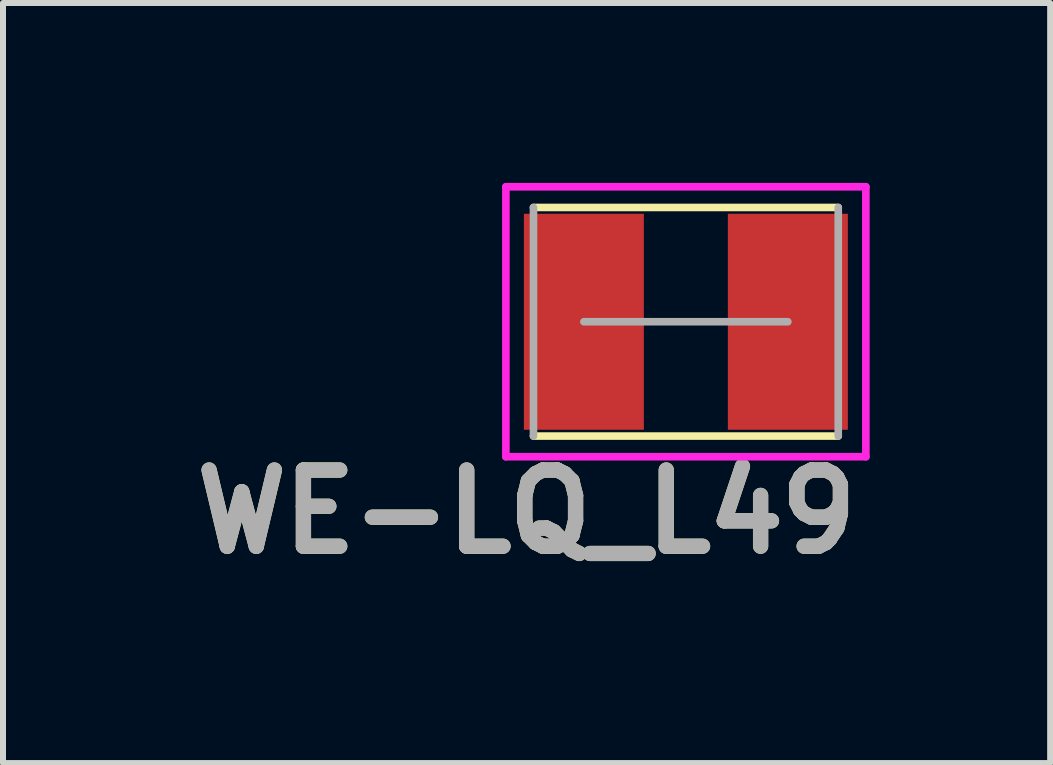
<source format=kicad_pcb>
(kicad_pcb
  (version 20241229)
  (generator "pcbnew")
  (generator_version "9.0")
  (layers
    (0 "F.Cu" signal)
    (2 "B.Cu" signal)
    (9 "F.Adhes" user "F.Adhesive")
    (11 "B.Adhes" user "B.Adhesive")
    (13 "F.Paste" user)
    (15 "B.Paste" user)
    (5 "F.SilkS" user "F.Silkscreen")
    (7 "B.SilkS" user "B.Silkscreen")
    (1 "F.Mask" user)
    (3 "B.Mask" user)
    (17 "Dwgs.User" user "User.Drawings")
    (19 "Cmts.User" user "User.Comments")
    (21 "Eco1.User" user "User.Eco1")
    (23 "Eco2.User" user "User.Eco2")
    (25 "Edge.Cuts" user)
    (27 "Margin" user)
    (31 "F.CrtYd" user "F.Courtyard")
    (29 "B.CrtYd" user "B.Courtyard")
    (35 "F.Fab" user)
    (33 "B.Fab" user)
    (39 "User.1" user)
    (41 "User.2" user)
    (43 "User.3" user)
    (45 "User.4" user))
  (footprint "WE-LQ_L49"
    (layer "F.Cu")
    (at 8.382 2.313)
    (property "Reference" "WE-LQ_L49" (at -2.655 3.167 0) (layer "F.SilkS") (effects (font (size 1.27 1.27) (thickness 0.254))))
    (attr smd)
    (fp_line (start -2.54 -1.905) (end 2.54 -1.905) (stroke (width 0.127) (type solid)) (layer "F.SilkS"))
    (fp_line (start 2.54 1.905) (end -2.54 1.905) (stroke (width 0.127) (type solid)) (layer "F.SilkS"))
    (fp_line (start -3 -2.25) (end -3 2.25) (stroke (width 0.127) (type solid)) (layer "F.CrtYd"))
    (fp_line (start -3 2.25) (end 3 2.25) (stroke (width 0.127) (type solid)) (layer "F.CrtYd"))
    (fp_line (start 3 -2.25) (end -3 -2.25) (stroke (width 0.127) (type solid)) (layer "F.CrtYd"))
    (fp_line (start 3 2.25) (end 3 -2.25) (stroke (width 0.127) (type solid)) (layer "F.CrtYd"))
    (fp_line (start -2.54 1.905) (end -2.54 -1.905) (stroke (width 0.127) (type solid)) (layer "F.Fab"))
    (fp_line (start -1.7 0) (end 1.7 0) (stroke (width 0.127) (type solid)) (layer "F.Fab"))
    (fp_line (start 2.54 -1.905) (end 2.54 1.905) (stroke (width 0.127) (type solid)) (layer "F.Fab"))
    (fp_text user "${REFERENCE}" (at -2.655 3.167 0) (layer "F.Fab") (effects (font (size 1.27 1.27) (thickness 0.254))))
    (pad "1" smd rect (at -1.7 0) (size 2 3.6) (layers "F.Cu" "F.Mask" "F.Paste"))
    (pad "2" smd rect (at 1.7 0) (size 2 3.6) (layers "F.Cu" "F.Mask" "F.Paste")))
  (gr_rect
    (start -3 -3)
    (end 14.454 9.669)
    (stroke (width 0.1) (type default))
    (fill no)
    (layer "Edge.Cuts")))
</source>
